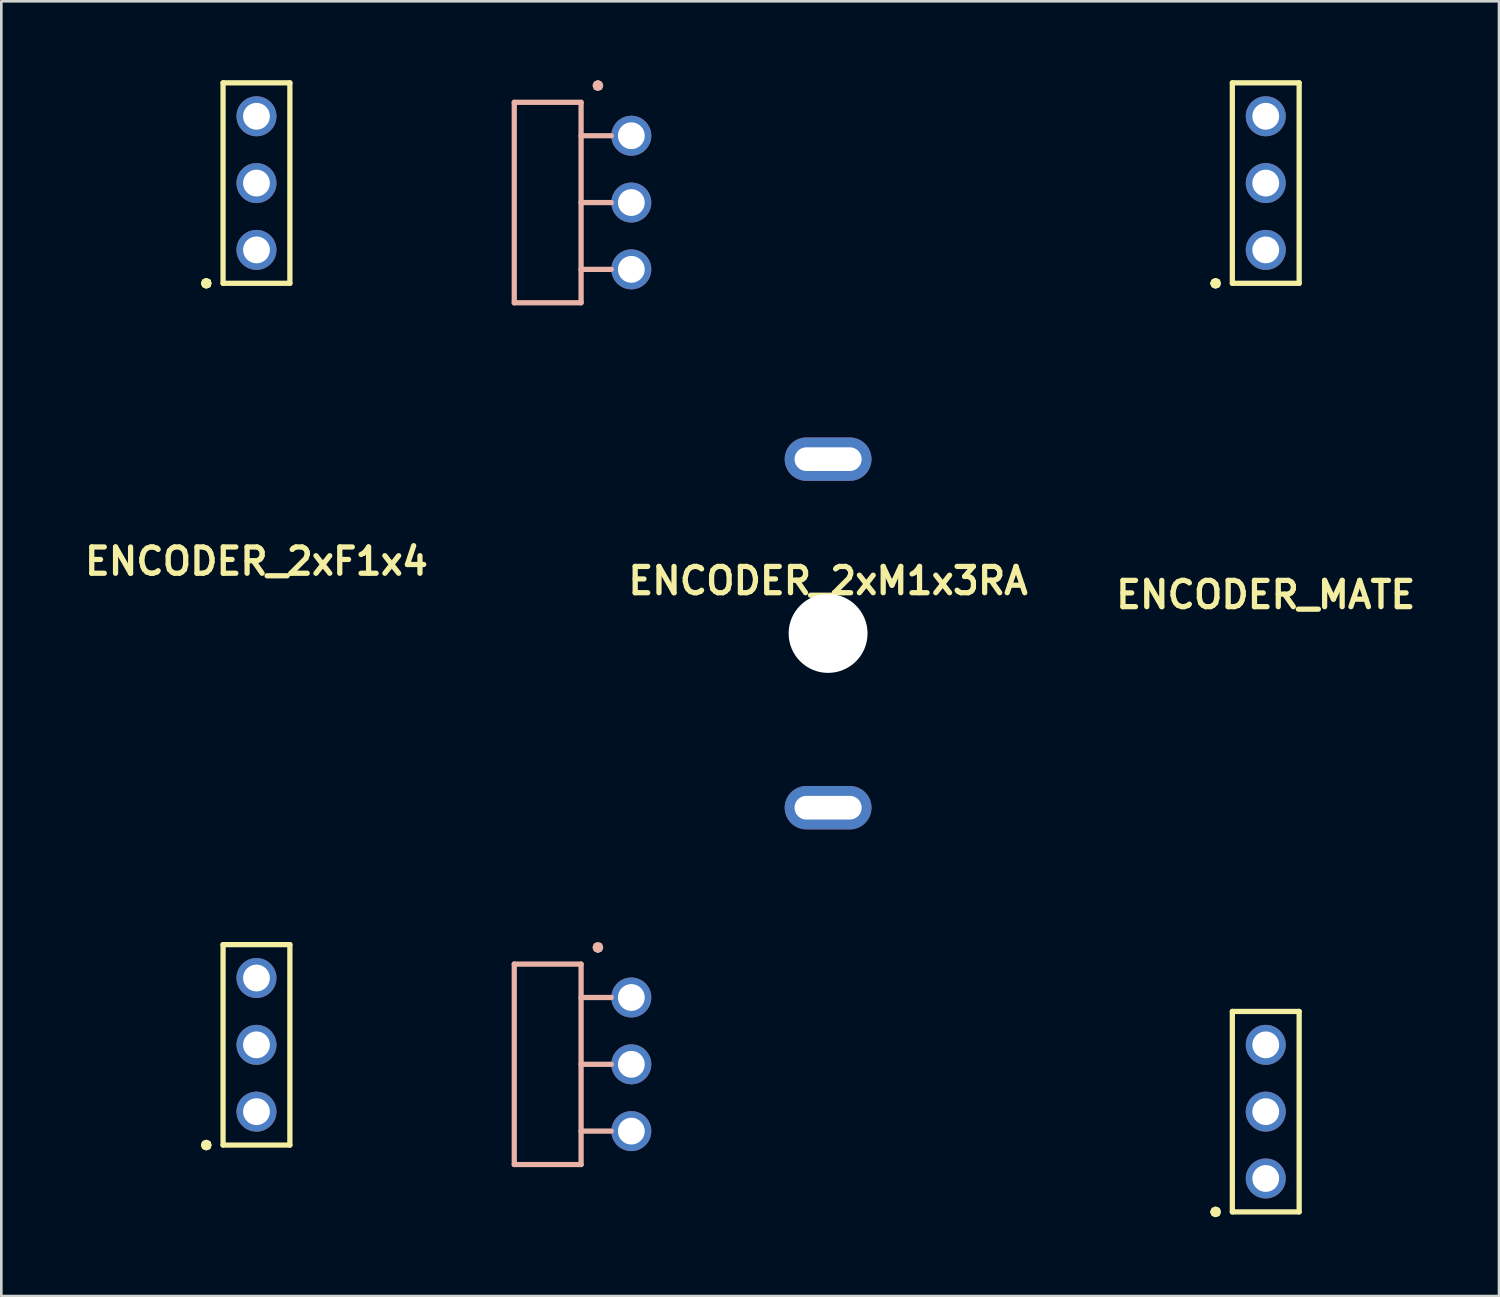
<source format=kicad_pcb>
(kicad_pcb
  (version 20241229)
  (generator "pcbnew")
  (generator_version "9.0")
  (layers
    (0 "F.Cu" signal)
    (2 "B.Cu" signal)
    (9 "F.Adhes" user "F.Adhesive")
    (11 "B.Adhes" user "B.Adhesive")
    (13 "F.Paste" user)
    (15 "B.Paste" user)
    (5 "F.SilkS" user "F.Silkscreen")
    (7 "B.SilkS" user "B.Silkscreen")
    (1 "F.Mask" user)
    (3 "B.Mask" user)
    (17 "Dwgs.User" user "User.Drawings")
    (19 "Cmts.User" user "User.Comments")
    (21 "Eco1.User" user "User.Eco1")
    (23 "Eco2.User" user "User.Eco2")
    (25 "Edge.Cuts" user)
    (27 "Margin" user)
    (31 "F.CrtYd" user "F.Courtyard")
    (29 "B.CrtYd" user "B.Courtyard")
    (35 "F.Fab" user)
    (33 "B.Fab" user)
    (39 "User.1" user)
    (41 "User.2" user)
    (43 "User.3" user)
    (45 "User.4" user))
  (footprint "ENCODER_MATE"
    (layer "F.Cu")
    (at 45.068 21.56)
    (property "Reference" "ENCODER_MATE" (at 0 -2 0) (layer "F.SilkS") (effects (font (size 1 1) (thickness 0.2))))
    (attr through_hole)
    (fp_line (start -2.01 -13.84) (end -1.98 -13.77) (stroke (width 0.2) (type solid)) (layer "F.SilkS"))
    (fp_line (start -2.01 21.46) (end -1.98 21.53) (stroke (width 0.2) (type solid)) (layer "F.SilkS"))
    (fp_line (start -1.98 -13.91) (end -2.01 -13.84) (stroke (width 0.2) (type solid)) (layer "F.SilkS"))
    (fp_line (start -1.98 -13.77) (end -1.91 -13.74) (stroke (width 0.2) (type solid)) (layer "F.SilkS"))
    (fp_line (start -1.98 21.39) (end -2.01 21.46) (stroke (width 0.2) (type solid)) (layer "F.SilkS"))
    (fp_line (start -1.98 21.53) (end -1.91 21.56) (stroke (width 0.2) (type solid)) (layer "F.SilkS"))
    (fp_line (start -1.91 -13.94) (end -1.98 -13.91) (stroke (width 0.2) (type solid)) (layer "F.SilkS"))
    (fp_line (start -1.91 -13.74) (end -1.83 -13.77) (stroke (width 0.2) (type solid)) (layer "F.SilkS"))
    (fp_line (start -1.91 21.36) (end -1.98 21.39) (stroke (width 0.2) (type solid)) (layer "F.SilkS"))
    (fp_line (start -1.91 21.56) (end -1.83 21.53) (stroke (width 0.2) (type solid)) (layer "F.SilkS"))
    (fp_line (start -1.83 -13.91) (end -1.91 -13.94) (stroke (width 0.2) (type solid)) (layer "F.SilkS"))
    (fp_line (start -1.83 -13.77) (end -1.81 -13.84) (stroke (width 0.2) (type solid)) (layer "F.SilkS"))
    (fp_line (start -1.83 21.39) (end -1.91 21.36) (stroke (width 0.2) (type solid)) (layer "F.SilkS"))
    (fp_line (start -1.83 21.53) (end -1.81 21.46) (stroke (width 0.2) (type solid)) (layer "F.SilkS"))
    (fp_line (start -1.81 -13.84) (end -1.83 -13.91) (stroke (width 0.2) (type solid)) (layer "F.SilkS"))
    (fp_line (start -1.81 21.46) (end -1.83 21.39) (stroke (width 0.2) (type solid)) (layer "F.SilkS"))
    (fp_line (start -1.27 -21.46) (end 1.27 -21.46) (stroke (width 0.2) (type solid)) (layer "F.SilkS"))
    (fp_line (start -1.27 -13.84) (end -1.27 -21.46) (stroke (width 0.2) (type solid)) (layer "F.SilkS"))
    (fp_line (start -1.27 13.84) (end 1.27 13.84) (stroke (width 0.2) (type solid)) (layer "F.SilkS"))
    (fp_line (start -1.27 21.46) (end -1.27 13.84) (stroke (width 0.2) (type solid)) (layer "F.SilkS"))
    (fp_line (start 1.27 -21.46) (end 1.27 -13.84) (stroke (width 0.2) (type solid)) (layer "F.SilkS"))
    (fp_line (start 1.27 -13.84) (end -1.27 -13.84) (stroke (width 0.2) (type solid)) (layer "F.SilkS"))
    (fp_line (start 1.27 13.84) (end 1.27 21.46) (stroke (width 0.2) (type solid)) (layer "F.SilkS"))
    (fp_line (start 1.27 21.46) (end -1.27 21.46) (stroke (width 0.2) (type solid)) (layer "F.SilkS"))
    (pad "1" thru_hole circle (at 0 20.19) (size 1.52 1.52) (drill 1.02) (layers "*.Cu" "*.Mask"))
    (pad "2" thru_hole circle (at 0 17.65) (size 1.52 1.52) (drill 1.02) (layers "*.Cu" "*.Mask"))
    (pad "3" thru_hole circle (at 0 15.11) (size 1.52 1.52) (drill 1.02) (layers "*.Cu" "*.Mask"))
    (pad "4" thru_hole circle (at 0 -15.11) (size 1.52 1.52) (drill 1.02) (layers "*.Cu" "*.Mask"))
    (pad "5" thru_hole circle (at 0 -17.65) (size 1.52 1.52) (drill 1.02) (layers "*.Cu" "*.Mask"))
    (pad "6" thru_hole circle (at 0 -20.19) (size 1.52 1.52) (drill 1.02) (layers "*.Cu" "*.Mask")))
  (footprint "ENCODER_2xF1x4"
    (layer "F.Cu")
    (at 6.7 20.29)
    (property "Reference" "ENCODER_2xF1x4" (at 0 -2 0) (layer "F.SilkS") (effects (font (size 1 1) (thickness 0.2))))
    (attr through_hole)
    (fp_line (start -2.01 -12.57) (end -1.98 -12.5) (stroke (width 0.2) (type solid)) (layer "F.SilkS"))
    (fp_line (start -2.01 20.19) (end -1.98 20.26) (stroke (width 0.2) (type solid)) (layer "F.SilkS"))
    (fp_line (start -1.98 -12.64) (end -2.01 -12.57) (stroke (width 0.2) (type solid)) (layer "F.SilkS"))
    (fp_line (start -1.98 -12.5) (end -1.91 -12.47) (stroke (width 0.2) (type solid)) (layer "F.SilkS"))
    (fp_line (start -1.98 20.12) (end -2.01 20.19) (stroke (width 0.2) (type solid)) (layer "F.SilkS"))
    (fp_line (start -1.98 20.26) (end -1.91 20.29) (stroke (width 0.2) (type solid)) (layer "F.SilkS"))
    (fp_line (start -1.91 -12.67) (end -1.98 -12.64) (stroke (width 0.2) (type solid)) (layer "F.SilkS"))
    (fp_line (start -1.91 -12.47) (end -1.83 -12.5) (stroke (width 0.2) (type solid)) (layer "F.SilkS"))
    (fp_line (start -1.91 20.09) (end -1.98 20.12) (stroke (width 0.2) (type solid)) (layer "F.SilkS"))
    (fp_line (start -1.91 20.29) (end -1.83 20.26) (stroke (width 0.2) (type solid)) (layer "F.SilkS"))
    (fp_line (start -1.83 -12.64) (end -1.91 -12.67) (stroke (width 0.2) (type solid)) (layer "F.SilkS"))
    (fp_line (start -1.83 -12.5) (end -1.81 -12.57) (stroke (width 0.2) (type solid)) (layer "F.SilkS"))
    (fp_line (start -1.83 20.12) (end -1.91 20.09) (stroke (width 0.2) (type solid)) (layer "F.SilkS"))
    (fp_line (start -1.83 20.26) (end -1.81 20.19) (stroke (width 0.2) (type solid)) (layer "F.SilkS"))
    (fp_line (start -1.81 -12.57) (end -1.83 -12.64) (stroke (width 0.2) (type solid)) (layer "F.SilkS"))
    (fp_line (start -1.81 20.19) (end -1.83 20.12) (stroke (width 0.2) (type solid)) (layer "F.SilkS"))
    (fp_line (start -1.27 -20.19) (end 1.27 -20.19) (stroke (width 0.2) (type solid)) (layer "F.SilkS"))
    (fp_line (start -1.27 -12.57) (end -1.27 -20.19) (stroke (width 0.2) (type solid)) (layer "F.SilkS"))
    (fp_line (start -1.27 12.57) (end 1.27 12.57) (stroke (width 0.2) (type solid)) (layer "F.SilkS"))
    (fp_line (start -1.27 20.19) (end -1.27 12.57) (stroke (width 0.2) (type solid)) (layer "F.SilkS"))
    (fp_line (start 1.27 -20.19) (end 1.27 -12.57) (stroke (width 0.2) (type solid)) (layer "F.SilkS"))
    (fp_line (start 1.27 -12.57) (end -1.27 -12.57) (stroke (width 0.2) (type solid)) (layer "F.SilkS"))
    (fp_line (start 1.27 12.57) (end 1.27 20.19) (stroke (width 0.2) (type solid)) (layer "F.SilkS"))
    (fp_line (start 1.27 20.19) (end -1.27 20.19) (stroke (width 0.2) (type solid)) (layer "F.SilkS"))
    (pad "1" thru_hole circle (at 0 18.92) (size 1.52 1.52) (drill 1.02) (layers "*.Cu" "*.Mask"))
    (pad "2" thru_hole circle (at 0 16.38) (size 1.52 1.52) (drill 1.02) (layers "*.Cu" "*.Mask"))
    (pad "3" thru_hole circle (at 0 13.84) (size 1.52 1.52) (drill 1.02) (layers "*.Cu" "*.Mask"))
    (pad "4" thru_hole circle (at 0 -13.84) (size 1.52 1.52) (drill 1.02) (layers "*.Cu" "*.Mask"))
    (pad "5" thru_hole circle (at 0 -16.38) (size 1.52 1.52) (drill 1.02) (layers "*.Cu" "*.Mask"))
    (pad "6" thru_hole circle (at 0 -18.92) (size 1.52 1.52) (drill 1.02) (layers "*.Cu" "*.Mask")))
  (footprint "ENCODER_2xM1x3RA"
    (layer "F.Cu")
    (at 28.43 21.03)
    (property "Reference" "ENCODER_2xM1x3RA" (at 0 -2 0) (layer "F.SilkS") (effects (font (size 1 1) (thickness 0.2))))
    (attr through_hole)
    (fp_line (start -11.93 -20.19) (end -9.39 -20.19) (stroke (width 0.2) (type solid)) (layer "B.SilkS"))
    (fp_line (start -11.93 -12.57) (end -11.93 -20.19) (stroke (width 0.2) (type solid)) (layer "B.SilkS"))
    (fp_line (start -11.93 12.57) (end -9.39 12.57) (stroke (width 0.2) (type solid)) (layer "B.SilkS"))
    (fp_line (start -11.93 20.19) (end -11.93 12.57) (stroke (width 0.2) (type solid)) (layer "B.SilkS"))
    (fp_line (start -9.39 -20.19) (end -9.39 -12.57) (stroke (width 0.2) (type solid)) (layer "B.SilkS"))
    (fp_line (start -9.39 -12.57) (end -11.93 -12.57) (stroke (width 0.2) (type solid)) (layer "B.SilkS"))
    (fp_line (start -9.39 12.57) (end -9.39 20.19) (stroke (width 0.2) (type solid)) (layer "B.SilkS"))
    (fp_line (start -9.39 20.19) (end -11.93 20.19) (stroke (width 0.2) (type solid)) (layer "B.SilkS"))
    (fp_line (start -8.85 -20.83) (end -8.82 -20.75) (stroke (width 0.2) (type solid)) (layer "B.SilkS"))
    (fp_line (start -8.85 11.94) (end -8.82 12.01) (stroke (width 0.2) (type solid)) (layer "B.SilkS"))
    (fp_line (start -8.82 -20.9) (end -8.85 -20.83) (stroke (width 0.2) (type solid)) (layer "B.SilkS"))
    (fp_line (start -8.82 -20.75) (end -8.75 -20.73) (stroke (width 0.2) (type solid)) (layer "B.SilkS"))
    (fp_line (start -8.82 11.86) (end -8.85 11.94) (stroke (width 0.2) (type solid)) (layer "B.SilkS"))
    (fp_line (start -8.82 12.01) (end -8.75 12.04) (stroke (width 0.2) (type solid)) (layer "B.SilkS"))
    (fp_line (start -8.75 -20.93) (end -8.82 -20.9) (stroke (width 0.2) (type solid)) (layer "B.SilkS"))
    (fp_line (start -8.75 -20.73) (end -8.68 -20.75) (stroke (width 0.2) (type solid)) (layer "B.SilkS"))
    (fp_line (start -8.75 11.84) (end -8.82 11.86) (stroke (width 0.2) (type solid)) (layer "B.SilkS"))
    (fp_line (start -8.75 12.04) (end -8.68 12.01) (stroke (width 0.2) (type solid)) (layer "B.SilkS"))
    (fp_line (start -8.68 -20.9) (end -8.75 -20.93) (stroke (width 0.2) (type solid)) (layer "B.SilkS"))
    (fp_line (start -8.68 -20.75) (end -8.65 -20.83) (stroke (width 0.2) (type solid)) (layer "B.SilkS"))
    (fp_line (start -8.68 11.86) (end -8.75 11.84) (stroke (width 0.2) (type solid)) (layer "B.SilkS"))
    (fp_line (start -8.68 12.01) (end -8.65 11.94) (stroke (width 0.2) (type solid)) (layer "B.SilkS"))
    (fp_line (start -8.65 -20.83) (end -8.68 -20.9) (stroke (width 0.2) (type solid)) (layer "B.SilkS"))
    (fp_line (start -8.65 11.94) (end -8.68 11.86) (stroke (width 0.2) (type solid)) (layer "B.SilkS"))
    (fp_line (start -8.24 -18.92) (end -9.39 -18.92) (stroke (width 0.2) (type solid)) (layer "B.SilkS"))
    (fp_line (start -8.24 -16.38) (end -9.39 -16.38) (stroke (width 0.2) (type solid)) (layer "B.SilkS"))
    (fp_line (start -8.24 -13.84) (end -9.39 -13.84) (stroke (width 0.2) (type solid)) (layer "B.SilkS"))
    (fp_line (start -8.24 13.84) (end -9.39 13.84) (stroke (width 0.2) (type solid)) (layer "B.SilkS"))
    (fp_line (start -8.24 16.38) (end -9.39 16.38) (stroke (width 0.2) (type solid)) (layer "B.SilkS"))
    (fp_line (start -8.24 18.92) (end -9.39 18.92) (stroke (width 0.2) (type solid)) (layer "B.SilkS"))
    (pad "" np_thru_hole circle (at 0 0) (size 3 3) (drill 3) (layers "*.Cu" "*.Mask"))
    (pad "1" thru_hole circle (at -7.48 18.92) (size 1.52 1.52) (drill 1.02) (layers "*.Cu" "*.Mask"))
    (pad "2" thru_hole circle (at -7.48 16.38) (size 1.52 1.52) (drill 1.02) (layers "*.Cu" "*.Mask"))
    (pad "3" thru_hole circle (at -7.48 13.84) (size 1.52 1.52) (drill 1.02) (layers "*.Cu" "*.Mask"))
    (pad "4" thru_hole circle (at -7.48 -13.84) (size 1.52 1.52) (drill 1.02) (layers "*.Cu" "*.Mask"))
    (pad "5" thru_hole circle (at -7.48 -16.38) (size 1.52 1.52) (drill 1.02) (layers "*.Cu" "*.Mask"))
    (pad "6" thru_hole circle (at -7.48 -18.92) (size 1.52 1.52) (drill 1.02) (layers "*.Cu" "*.Mask"))
    (pad "7" thru_hole oval (at 0 6.625) (size 3.3 1.65) (drill oval 2.55 0.9) (layers "*.Cu" "*.Mask"))
    (pad "8" thru_hole oval (at 0 -6.625) (size 3.3 1.65) (drill oval 2.55 0.9) (layers "*.Cu" "*.Mask")))
  (gr_rect
    (start -3 -3)
    (end 53.935 46.22)
    (stroke (width 0.1) (type default))
    (fill no)
    (layer "Edge.Cuts")))
</source>
